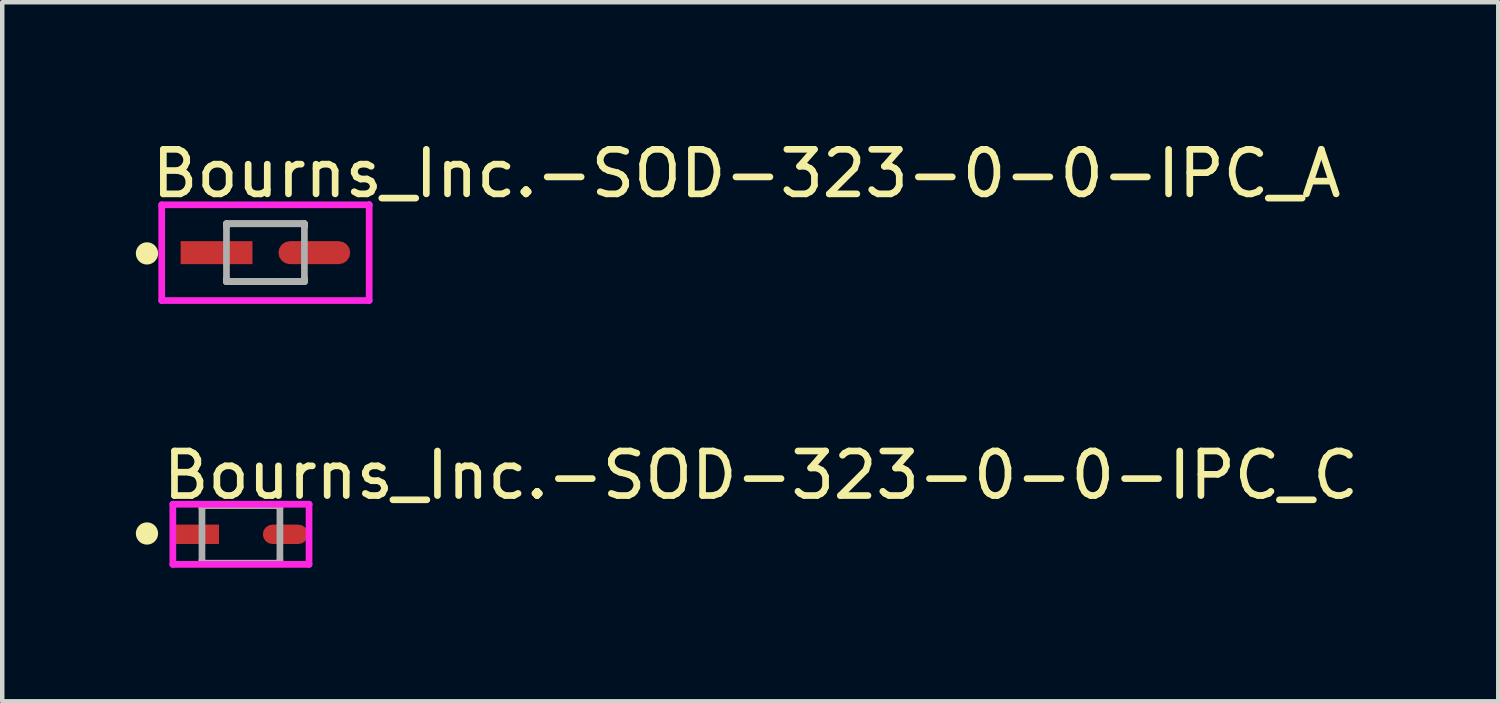
<source format=kicad_pcb>
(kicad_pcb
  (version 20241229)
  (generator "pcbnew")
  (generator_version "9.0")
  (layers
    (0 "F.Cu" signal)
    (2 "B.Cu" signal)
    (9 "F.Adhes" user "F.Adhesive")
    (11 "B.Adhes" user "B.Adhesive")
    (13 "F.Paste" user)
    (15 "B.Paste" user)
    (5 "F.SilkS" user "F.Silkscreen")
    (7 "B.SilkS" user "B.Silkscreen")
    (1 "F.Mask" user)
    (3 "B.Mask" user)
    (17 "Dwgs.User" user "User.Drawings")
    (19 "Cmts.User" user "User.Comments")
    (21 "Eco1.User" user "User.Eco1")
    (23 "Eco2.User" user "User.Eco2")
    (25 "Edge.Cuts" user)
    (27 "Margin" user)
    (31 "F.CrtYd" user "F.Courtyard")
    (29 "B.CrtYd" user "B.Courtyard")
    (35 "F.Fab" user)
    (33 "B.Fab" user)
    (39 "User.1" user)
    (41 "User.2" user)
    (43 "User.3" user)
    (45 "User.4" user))
  (footprint "Bourns_Inc.-SOD-323-0-0-IPC_C"
    (layer "F.Cu")
    (at 2.36 8.947)
    (property "Reference" "Bourns_Inc.-SOD-323-0-0-IPC_C" (at -1.829 -1.325 0) (layer "F.SilkS") (effects (font (size 1 1) (thickness 0.15)) (justify left)))
    (attr through_hole)
    (fp_line (start -0.875 -0.65) (end 0.875 -0.65) (stroke (width 0.15) (type solid)) (layer "F.SilkS"))
    (fp_line (start -0.875 -0.585) (end -0.875 -0.65) (stroke (width 0.15) (type solid)) (layer "F.SilkS"))
    (fp_line (start -0.875 0.585) (end -0.875 0.65) (stroke (width 0.15) (type solid)) (layer "F.SilkS"))
    (fp_line (start -0.875 0.65) (end 0.875 0.65) (stroke (width 0.15) (type solid)) (layer "F.SilkS"))
    (fp_line (start 0.875 -0.65) (end 0.875 -0.585) (stroke (width 0.15) (type solid)) (layer "F.SilkS"))
    (fp_line (start 0.875 0.65) (end 0.875 0.585) (stroke (width 0.15) (type solid)) (layer "F.SilkS"))
    (fp_circle (center -2.11 -0.018) (end -1.985 -0.018) (stroke (width 0.25) (type solid)) (fill no) (layer "F.SilkS"))
    (fp_line (start -1.529 -0.675) (end -1.529 0.675) (stroke (width 0.15) (type solid)) (layer "F.CrtYd"))
    (fp_line (start -1.529 0.675) (end 1.529 0.675) (stroke (width 0.15) (type solid)) (layer "F.CrtYd"))
    (fp_line (start 1.529 -0.675) (end -1.529 -0.675) (stroke (width 0.15) (type solid)) (layer "F.CrtYd"))
    (fp_line (start 1.529 -0.675) (end 1.529 -0.675) (stroke (width 0.15) (type solid)) (layer "F.CrtYd"))
    (fp_line (start 1.529 0.675) (end 1.529 -0.675) (stroke (width 0.15) (type solid)) (layer "F.CrtYd"))
    (fp_line (start -0.875 -0.65) (end 0.875 -0.65) (stroke (width 0.15) (type solid)) (layer "F.Fab"))
    (fp_line (start -0.875 0.65) (end -0.875 -0.65) (stroke (width 0.15) (type solid)) (layer "F.Fab"))
    (fp_line (start 0.875 -0.65) (end 0.875 0.65) (stroke (width 0.15) (type solid)) (layer "F.Fab"))
    (fp_line (start 0.875 0.65) (end -0.875 0.65) (stroke (width 0.15) (type solid)) (layer "F.Fab"))
    (pad "1" smd rect (at -0.998 0.000001) (size 1.012 0.436) (layers "F.Cu" "F.Mask" "F.Paste"))
    (pad "2" smd roundrect (at 0.998 0.000001) (size 1.012 0.436) (layers "F.Cu" "F.Mask" "F.Paste") (roundrect_rratio 0.5)))
  (footprint "Bourns_Inc.-SOD-323-0-0-IPC_A"
    (layer "F.Cu")
    (at 2.91 2.623)
    (property "Reference" "Bourns_Inc.-SOD-323-0-0-IPC_A" (at -2.629 -1.775 0) (layer "F.SilkS") (effects (font (size 1 1) (thickness 0.15)) (justify left)))
    (attr through_hole)
    (fp_line (start -0.875 -0.65) (end 0.875 -0.65) (stroke (width 0.15) (type solid)) (layer "F.SilkS"))
    (fp_line (start -0.875 -0.585) (end -0.875 -0.65) (stroke (width 0.15) (type solid)) (layer "F.SilkS"))
    (fp_line (start -0.875 0.585) (end -0.875 0.65) (stroke (width 0.15) (type solid)) (layer "F.SilkS"))
    (fp_line (start -0.875 0.65) (end 0.875 0.65) (stroke (width 0.15) (type solid)) (layer "F.SilkS"))
    (fp_line (start 0.875 -0.65) (end 0.875 -0.585) (stroke (width 0.15) (type solid)) (layer "F.SilkS"))
    (fp_line (start 0.875 0.65) (end 0.875 0.585) (stroke (width 0.15) (type solid)) (layer "F.SilkS"))
    (fp_circle (center -2.66 0.017) (end -2.535 0.017) (stroke (width 0.25) (type solid)) (fill no) (layer "F.SilkS"))
    (fp_line (start -2.329 -1.075) (end -2.329 1.075) (stroke (width 0.15) (type solid)) (layer "F.CrtYd"))
    (fp_line (start -2.329 1.075) (end 2.329 1.075) (stroke (width 0.15) (type solid)) (layer "F.CrtYd"))
    (fp_line (start 2.329 -1.075) (end -2.329 -1.075) (stroke (width 0.15) (type solid)) (layer "F.CrtYd"))
    (fp_line (start 2.329 -1.075) (end 2.329 -1.075) (stroke (width 0.15) (type solid)) (layer "F.CrtYd"))
    (fp_line (start 2.329 1.075) (end 2.329 -1.075) (stroke (width 0.15) (type solid)) (layer "F.CrtYd"))
    (fp_line (start -0.875 -0.65) (end 0.875 -0.65) (stroke (width 0.15) (type solid)) (layer "F.Fab"))
    (fp_line (start -0.875 0.65) (end -0.875 -0.65) (stroke (width 0.15) (type solid)) (layer "F.Fab"))
    (fp_line (start 0.875 -0.65) (end 0.875 0.65) (stroke (width 0.15) (type solid)) (layer "F.Fab"))
    (fp_line (start 0.875 0.65) (end -0.875 0.65) (stroke (width 0.15) (type solid)) (layer "F.Fab"))
    (pad "1" smd rect (at -1.098 0.000001) (size 1.612 0.516) (layers "F.Cu" "F.Mask" "F.Paste"))
    (pad "2" smd roundrect (at 1.098 0.000001) (size 1.612 0.516) (layers "F.Cu" "F.Mask" "F.Paste") (roundrect_rratio 0.5)))
  (gr_rect
    (start -3 -3)
    (end 30.591 12.697)
    (stroke (width 0.1) (type default))
    (fill no)
    (layer "Edge.Cuts")))
</source>
